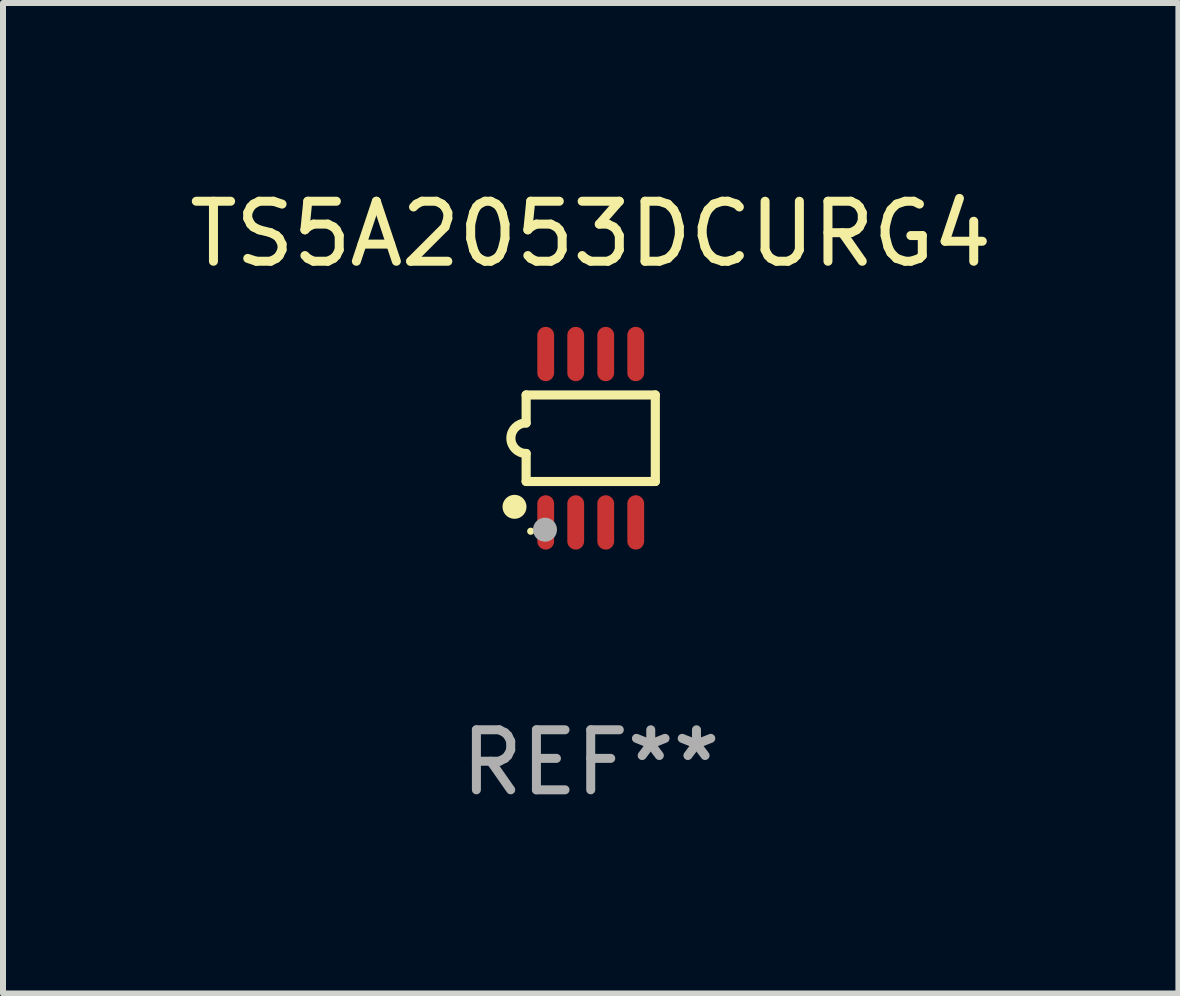
<source format=kicad_pcb>
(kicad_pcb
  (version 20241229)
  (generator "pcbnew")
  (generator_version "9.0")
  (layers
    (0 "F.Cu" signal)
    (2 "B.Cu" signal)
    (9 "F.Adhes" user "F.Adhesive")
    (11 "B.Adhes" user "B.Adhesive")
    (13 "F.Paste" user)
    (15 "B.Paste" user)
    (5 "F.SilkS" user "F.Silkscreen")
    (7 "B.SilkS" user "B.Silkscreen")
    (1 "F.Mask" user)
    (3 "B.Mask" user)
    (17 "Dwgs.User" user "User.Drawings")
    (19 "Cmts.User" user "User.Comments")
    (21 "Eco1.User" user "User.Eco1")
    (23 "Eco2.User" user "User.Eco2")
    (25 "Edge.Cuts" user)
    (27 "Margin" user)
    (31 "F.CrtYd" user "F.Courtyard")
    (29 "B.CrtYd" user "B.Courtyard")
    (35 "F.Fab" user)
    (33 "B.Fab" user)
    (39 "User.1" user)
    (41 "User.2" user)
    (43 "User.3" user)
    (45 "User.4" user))
  (footprint "TS5A2053DCURG4"
    (layer "F.Cu")
    (at 6.792 4.251)
    (property "Reference" "TS5A2053DCURG4" (at 0 -3.403 0) (layer "F.SilkS") (effects (font (size 1 1) (thickness 0.15))))
    (attr through_hole)
    (fp_line (start -1.076 -0.721) (end 1.076 -0.721) (stroke (width 0.152) (type solid)) (layer "F.SilkS"))
    (fp_line (start -1.076 -0.254) (end -1.076 -0.721) (stroke (width 0.152) (type solid)) (layer "F.SilkS"))
    (fp_line (start -1.076 0.254) (end -1.076 0.721) (stroke (width 0.152) (type solid)) (layer "F.SilkS"))
    (fp_line (start 1.076 -0.721) (end 1.076 0.721) (stroke (width 0.152) (type solid)) (layer "F.SilkS"))
    (fp_line (start 1.076 0.721) (end -1.076 0.721) (stroke (width 0.152) (type solid)) (layer "F.SilkS"))
    (fp_arc (start -1.076226 0.254051) (mid -1.330226 0.000051) (end -1.076226 -0.253949) (stroke (width 0.151994) (type solid)) (layer "F.SilkS"))
    (fp_circle (center -1.27 1.143) (end -1.17 1.143) (stroke (width 0.2) (type solid)) (fill no) (layer "F.SilkS"))
    (fp_circle (center -1 1.55) (end -0.97 1.55) (stroke (width 0.06) (type solid)) (fill no) (layer "F.SilkS"))
    (fp_circle (center -0.762 1.524) (end -0.662 1.524) (stroke (width 0.2) (type solid)) (fill no) (layer "F.Fab"))
    (fp_text user "REF**" (at 0 5.403 0) (layer "F.Fab") (effects (font (size 1 1) (thickness 0.15))))
    (pad "1" smd oval (at -0.75 1.403) (size 0.28 0.905) (layers "F.Cu" "F.Mask" "F.Paste"))
    (pad "2" smd oval (at -0.25 1.403) (size 0.28 0.905) (layers "F.Cu" "F.Mask" "F.Paste"))
    (pad "3" smd oval (at 0.25 1.403) (size 0.28 0.905) (layers "F.Cu" "F.Mask" "F.Paste"))
    (pad "4" smd oval (at 0.75 1.403) (size 0.28 0.905) (layers "F.Cu" "F.Mask" "F.Paste"))
    (pad "5" smd oval (at 0.75 -1.403) (size 0.28 0.905) (layers "F.Cu" "F.Mask" "F.Paste"))
    (pad "6" smd oval (at 0.25 -1.403) (size 0.28 0.905) (layers "F.Cu" "F.Mask" "F.Paste"))
    (pad "7" smd oval (at -0.25 -1.403) (size 0.28 0.905) (layers "F.Cu" "F.Mask" "F.Paste"))
    (pad "8" smd oval (at -0.75 -1.403) (size 0.28 0.905) (layers "F.Cu" "F.Mask" "F.Paste")))
  (gr_rect
    (start -3 -3)
    (end 16.583 13.502)
    (stroke (width 0.1) (type default))
    (fill no)
    (layer "Edge.Cuts")))
</source>
